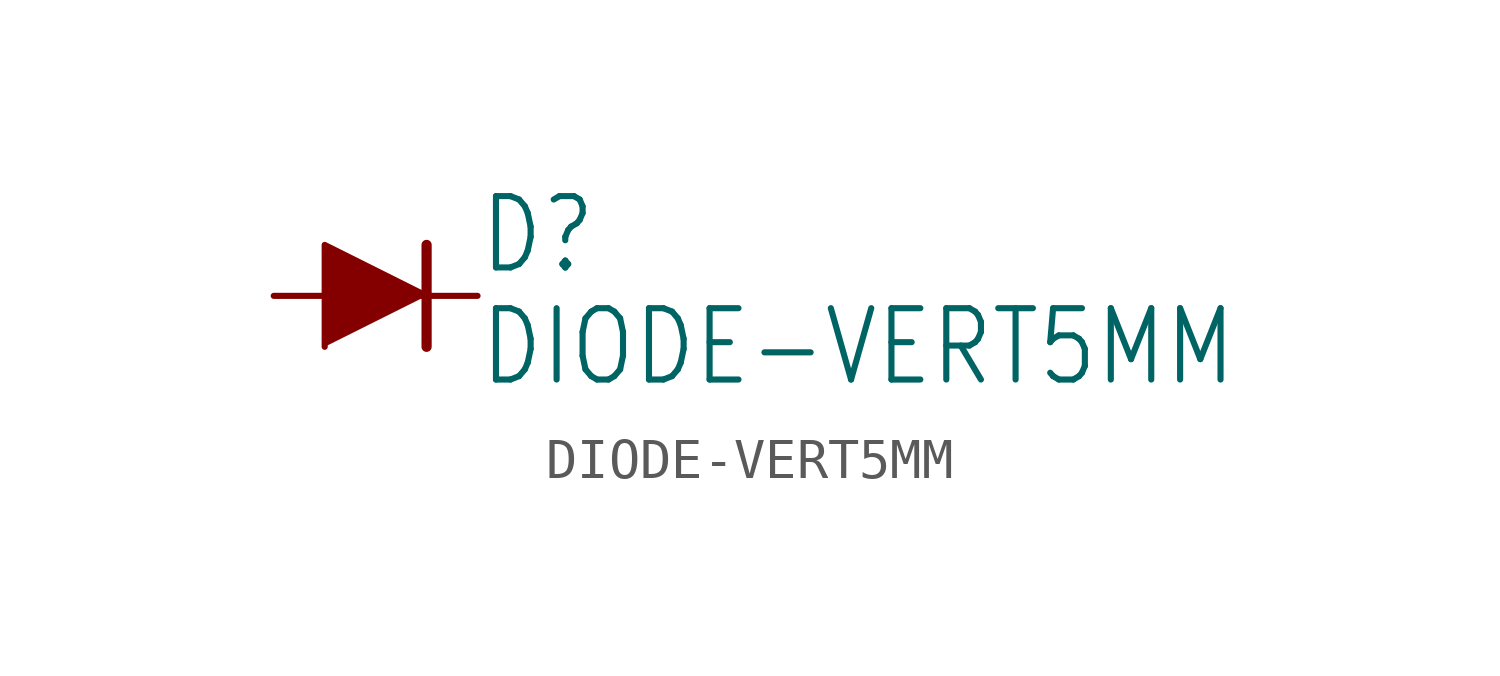
<source format=kicad_sym>
(kicad_symbol_lib
  (version 20211014)
  (generator kicad_symbol_editor)
  (symbol "DIODE-VERT5MM"
    (property "Reference" "D"
      (at 2.54 0.483 0)
      (effects (font (size 1.778 1.511)) (justify left bottom)))
    (property "Value" "DIODE-VERT5MM"
      (at 2.54 -2.311 0)
      (effects (font (size 1.778 1.511)) (justify left bottom)))
    (property "ki_locked" ""
      (at 0 0 0)
      (effects (font (size 1.27 1.27))))
    (symbol "DIODE-VERT5MM_1_0"
      (polyline (pts (xy 1.27 0) (xy 1.27 -1.27)) (stroke (width 0.254) (type default) (color 0 0 0 0)) (fill (type none)))
      (polyline (pts (xy 1.27 1.27) (xy 1.27 0)) (stroke (width 0.254) (type default) (color 0 0 0 0)) (fill (type none)))
      (polyline (pts (xy 1.27 0) (xy -1.27 1.27) (xy -1.27 -1.27)) (stroke (width 0) (type default) (color 0 0 0 0)) (fill (type outline)))
      (pin passive line (at -2.54 0 0) (length 2.54) (name "A" (effects (font (size 0 0)))) (number "A" (effects (font (size 0 0)))))
      (pin passive line (at 2.54 0 180) (length 2.54) (name "C" (effects (font (size 0 0)))) (number "C" (effects (font (size 0 0))))))))
</source>
